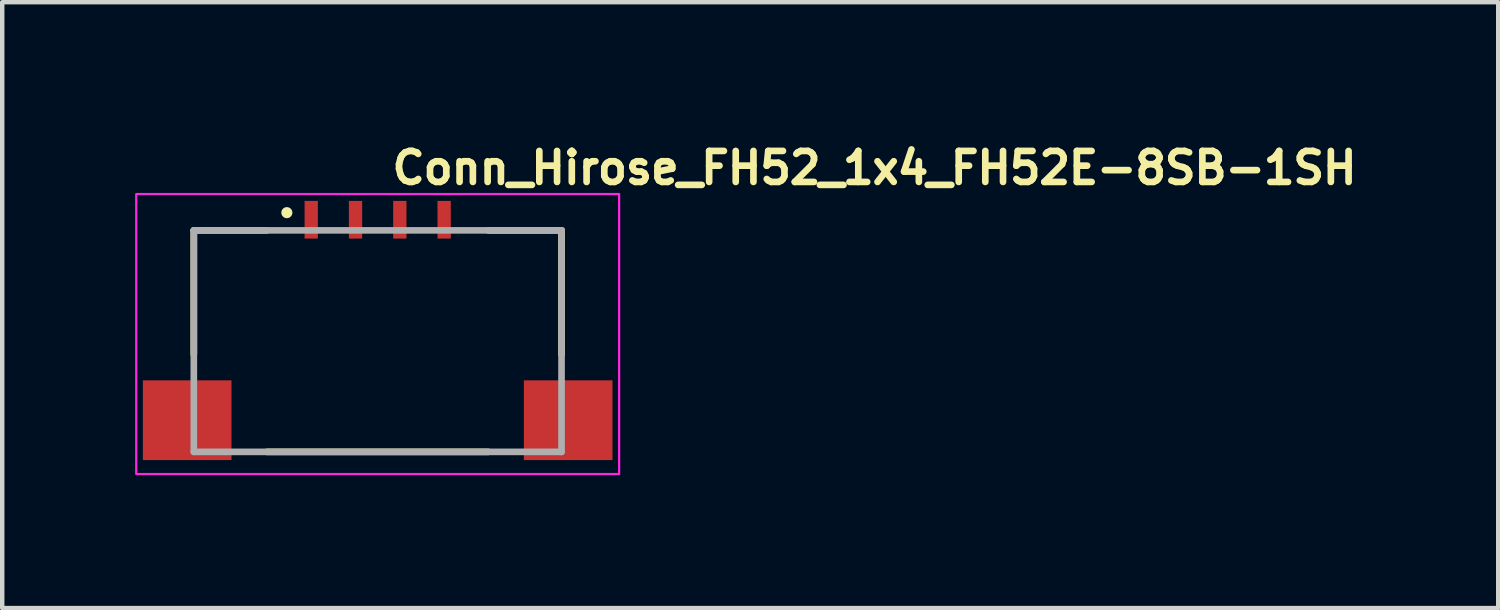
<source format=kicad_pcb>
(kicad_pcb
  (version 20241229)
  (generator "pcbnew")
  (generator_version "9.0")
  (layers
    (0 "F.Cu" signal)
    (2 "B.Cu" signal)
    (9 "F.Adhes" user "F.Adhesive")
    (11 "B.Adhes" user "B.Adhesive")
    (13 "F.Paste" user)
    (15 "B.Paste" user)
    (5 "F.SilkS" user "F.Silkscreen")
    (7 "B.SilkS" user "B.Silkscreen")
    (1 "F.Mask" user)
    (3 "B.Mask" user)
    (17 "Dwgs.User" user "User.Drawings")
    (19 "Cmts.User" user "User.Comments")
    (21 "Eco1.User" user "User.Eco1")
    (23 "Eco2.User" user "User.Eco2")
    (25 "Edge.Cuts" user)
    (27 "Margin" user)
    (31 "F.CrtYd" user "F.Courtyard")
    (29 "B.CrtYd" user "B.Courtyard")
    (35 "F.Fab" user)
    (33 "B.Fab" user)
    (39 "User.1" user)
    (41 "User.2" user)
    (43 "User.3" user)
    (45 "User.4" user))
  (footprint "Conn_Hirose_FH52_1x4_FH52E-8SB-1SH"
    (layer "F.Cu")
    (at 5.725 4.55)
    (property "Reference" "Conn_Hirose_FH52_1x4_FH52E-8SB-1SH" (at 0 -3.4 0) (layer "F.SilkS") (effects (font (size 0.7 0.7) (thickness 0.15)) (justify left bottom)))
    (attr smd)
    (fp_line (start -4.4 -2.4) (end -4.4 0.4) (stroke (width 0.15) (type solid)) (layer "F.SilkS"))
    (fp_line (start -2.75 -2.4) (end -4.4 -2.4) (stroke (width 0.15) (type solid)) (layer "F.SilkS"))
    (fp_line (start -2.75 2.6) (end 2.25 2.6) (stroke (width 0.15) (type solid)) (layer "F.SilkS"))
    (fp_line (start 2.25 -2.4) (end 3.9 -2.4) (stroke (width 0.15) (type solid)) (layer "F.SilkS"))
    (fp_line (start 3.9 -2.4) (end 3.9 0.4) (stroke (width 0.15) (type solid)) (layer "F.SilkS"))
    (fp_circle (center -2.3 -2.8) (end -2.25 -2.8) (stroke (width 0.15) (type solid)) (fill yes) (layer "F.SilkS"))
    (fp_rect (start -5.7 -3.22) (end 5.2 3.1) (stroke (width 0.05) (type solid)) (fill no) (layer "F.CrtYd"))
    (fp_line (start -4.4 -2.4) (end 3.9 -2.4) (stroke (width 0.15) (type solid)) (layer "F.Fab"))
    (fp_line (start -4.4 2.6) (end -4.4 -2.4) (stroke (width 0.15) (type solid)) (layer "F.Fab"))
    (fp_line (start 3.9 -2.4) (end 3.9 2.6) (stroke (width 0.15) (type solid)) (layer "F.Fab"))
    (fp_line (start 3.9 2.6) (end -4.4 2.6) (stroke (width 0.15) (type solid)) (layer "F.Fab"))
    (fp_rect (start -4.55 -2.875) (end 4.55 2.875) (stroke (width 0.1) (type solid)) (fill no) (layer "User.5"))
    (fp_line (start -4.55 2.475) (end -4.55 1.275) (stroke (width 0.02) (type solid)) (layer "User.9"))
    (fp_line (start -4.15 -1.525) (end -4.15 2.625) (stroke (width 0.02) (type solid)) (layer "User.9"))
    (fp_line (start -4.15 1.275) (end -4.55 1.275) (stroke (width 0.02) (type solid)) (layer "User.9"))
    (fp_line (start -4.15 2.475) (end -4.55 2.475) (stroke (width 0.02) (type solid)) (layer "User.9"))
    (fp_line (start -4.15 2.625) (end -3.795 2.625) (stroke (width 0.02) (type solid)) (layer "User.9"))
    (fp_line (start -3.795 -0.635) (end -3.795 2.625) (stroke (width 0.02) (type solid)) (layer "User.9"))
    (fp_line (start -3.795 2.625) (end -3.645 2.625) (stroke (width 0.02) (type solid)) (layer "User.9"))
    (fp_line (start -3.645 -0.635) (end -3.645 2.625) (stroke (width 0.02) (type solid)) (layer "User.9"))
    (fp_line (start -3.645 -0.495) (end -2.855 -0.495) (stroke (width 0.02) (type solid)) (layer "User.9"))
    (fp_line (start -3.585 -0.055) (end -3.585 0.847) (stroke (width 0.02) (type solid)) (layer "User.9"))
    (fp_line (start -3.585 -0.055) (end -2.925 -0.055) (stroke (width 0.02) (type solid)) (layer "User.9"))
    (fp_line (start -3.585 0.847) (end -2.925 0.847) (stroke (width 0.02) (type solid)) (layer "User.9"))
    (fp_line (start -3.585 1.045) (end -3.585 0.847) (stroke (width 0.02) (type solid)) (layer "User.9"))
    (fp_line (start -3.585 1.045) (end 3.585 1.045) (stroke (width 0.02) (type solid)) (layer "User.9"))
    (fp_line (start -3.585 2.625) (end -3.645 2.625) (stroke (width 0.02) (type solid)) (layer "User.9"))
    (fp_line (start -3.585 2.625) (end -3.585 1.045) (stroke (width 0.02) (type solid)) (layer "User.9"))
    (fp_line (start -3.585 2.825) (end -3.585 2.625) (stroke (width 0.02) (type solid)) (layer "User.9"))
    (fp_line (start -3.425 2.825) (end -3.425 2.875) (stroke (width 0.02) (type solid)) (layer "User.9"))
    (fp_line (start -3.275 -0.495) (end -3.275 -0.055) (stroke (width 0.02) (type solid)) (layer "User.9"))
    (fp_line (start -3.275 2.825) (end -3.275 2.875) (stroke (width 0.02) (type solid)) (layer "User.9"))
    (fp_line (start -3.275 2.875) (end -3.425 2.875) (stroke (width 0.02) (type solid)) (layer "User.9"))
    (fp_line (start -3.262 -0.495) (end -3.262 -0.055) (stroke (width 0.02) (type solid)) (layer "User.9"))
    (fp_line (start -2.95 -2.175) (end -2.95 -1.525) (stroke (width 0.02) (type solid)) (layer "User.9"))
    (fp_line (start -2.95 -2.175) (end 2.95 -2.175) (stroke (width 0.02) (type solid)) (layer "User.9"))
    (fp_line (start -2.95 -1.525) (end -4.15 -1.525) (stroke (width 0.02) (type solid)) (layer "User.9"))
    (fp_line (start -2.925 0.795) (end 2.925 0.795) (stroke (width 0.02) (type solid)) (layer "User.9"))
    (fp_line (start -2.925 0.847) (end -2.925 -0.055) (stroke (width 0.02) (type solid)) (layer "User.9"))
    (fp_line (start -2.855 -0.635) (end -3.795 -0.635) (stroke (width 0.02) (type solid)) (layer "User.9"))
    (fp_line (start -2.855 -0.495) (end -2.855 -0.635) (stroke (width 0.02) (type solid)) (layer "User.9"))
    (fp_line (start -2.855 -0.495) (end 2.855 -0.495) (stroke (width 0.02) (type solid)) (layer "User.9"))
    (fp_line (start -2.855 -0.075) (end -2.855 -0.495) (stroke (width 0.02) (type solid)) (layer "User.9"))
    (fp_line (start -2.855 -0.075) (end -2.855 0.075) (stroke (width 0.02) (type solid)) (layer "User.9"))
    (fp_line (start -2.665 0.075) (end -2.855 0.075) (stroke (width 0.02) (type solid)) (layer "User.9"))
    (fp_line (start -2.665 0.075) (end -2.538 -0.075) (stroke (width 0.02) (type solid)) (layer "User.9"))
    (fp_line (start -2.538 -0.075) (end -2.855 -0.075) (stroke (width 0.02) (type solid)) (layer "User.9"))
    (fp_line (start -2.538 -0.075) (end -2.285 -0.375) (stroke (width 0.02) (type solid)) (layer "User.9"))
    (fp_line (start -2.285 -0.475) (end -2.225 -0.475) (stroke (width 0.02) (type solid)) (layer "User.9"))
    (fp_line (start -2.285 -0.375) (end -2.285 -0.495) (stroke (width 0.02) (type solid)) (layer "User.9"))
    (fp_line (start -2.225 -0.495) (end -2.225 0.495) (stroke (width 0.02) (type solid)) (layer "User.9"))
    (fp_line (start -2.225 0.495) (end -2.925 0.495) (stroke (width 0.02) (type solid)) (layer "User.9"))
    (fp_line (start -1.81 -2.875) (end -1.81 -2.575) (stroke (width 0.02) (type solid)) (layer "User.9"))
    (fp_line (start -1.81 -2.525) (end -1.81 -2.575) (stroke (width 0.02) (type solid)) (layer "User.9"))
    (fp_line (start -1.81 -2.525) (end -1.81 -2.325) (stroke (width 0.02) (type solid)) (layer "User.9"))
    (fp_line (start -1.81 -2.225) (end -1.81 -2.325) (stroke (width 0.02) (type solid)) (layer "User.9"))
    (fp_line (start -1.81 -2.175) (end -1.81 -2.225) (stroke (width 0.02) (type solid)) (layer "User.9"))
    (fp_line (start -1.81 -0.495) (end -1.81 0.165) (stroke (width 0.02) (type solid)) (layer "User.9"))
    (fp_line (start -1.81 0.165) (end -1.81 0.305) (stroke (width 0.02) (type solid)) (layer "User.9"))
    (fp_line (start -1.69 -2.875) (end -1.81 -2.875) (stroke (width 0.02) (type solid)) (layer "User.9"))
    (fp_line (start -1.69 -2.575) (end -1.69 -2.875) (stroke (width 0.02) (type solid)) (layer "User.9"))
    (fp_line (start -1.69 -2.525) (end -1.81 -2.525) (stroke (width 0.02) (type solid)) (layer "User.9"))
    (fp_line (start -1.69 -2.525) (end -1.69 -2.575) (stroke (width 0.02) (type solid)) (layer "User.9"))
    (fp_line (start -1.69 -2.325) (end -1.69 -2.525) (stroke (width 0.02) (type solid)) (layer "User.9"))
    (fp_line (start -1.69 -2.225) (end -1.81 -2.225) (stroke (width 0.02) (type solid)) (layer "User.9"))
    (fp_line (start -1.69 -2.225) (end -1.69 -2.325) (stroke (width 0.02) (type solid)) (layer "User.9"))
    (fp_line (start -1.69 -2.175) (end -1.69 -2.225) (stroke (width 0.02) (type solid)) (layer "User.9"))
    (fp_line (start -1.69 0.165) (end -1.81 0.165) (stroke (width 0.02) (type solid)) (layer "User.9"))
    (fp_line (start -1.69 0.165) (end -1.69 -0.495) (stroke (width 0.02) (type solid)) (layer "User.9"))
    (fp_line (start -1.69 0.305) (end -1.81 0.305) (stroke (width 0.02) (type solid)) (layer "User.9"))
    (fp_line (start -1.69 0.305) (end -1.69 0.165) (stroke (width 0.02) (type solid)) (layer "User.9"))
    (fp_line (start -0.81 -2.875) (end -0.81 -2.575) (stroke (width 0.02) (type solid)) (layer "User.9"))
    (fp_line (start -0.81 -2.525) (end -0.81 -2.575) (stroke (width 0.02) (type solid)) (layer "User.9"))
    (fp_line (start -0.81 -2.525) (end -0.81 -2.325) (stroke (width 0.02) (type solid)) (layer "User.9"))
    (fp_line (start -0.81 -2.225) (end -0.81 -2.325) (stroke (width 0.02) (type solid)) (layer "User.9"))
    (fp_line (start -0.81 -2.175) (end -0.81 -2.225) (stroke (width 0.02) (type solid)) (layer "User.9"))
    (fp_line (start -0.81 -0.495) (end -0.81 0.165) (stroke (width 0.02) (type solid)) (layer "User.9"))
    (fp_line (start -0.81 0.165) (end -0.81 0.305) (stroke (width 0.02) (type solid)) (layer "User.9"))
    (fp_line (start -0.69 -2.875) (end -0.81 -2.875) (stroke (width 0.02) (type solid)) (layer "User.9"))
    (fp_line (start -0.69 -2.575) (end -0.69 -2.875) (stroke (width 0.02) (type solid)) (layer "User.9"))
    (fp_line (start -0.69 -2.525) (end -0.81 -2.525) (stroke (width 0.02) (type solid)) (layer "User.9"))
    (fp_line (start -0.69 -2.525) (end -0.69 -2.575) (stroke (width 0.02) (type solid)) (layer "User.9"))
    (fp_line (start -0.69 -2.325) (end -0.69 -2.525) (stroke (width 0.02) (type solid)) (layer "User.9"))
    (fp_line (start -0.69 -2.225) (end -0.81 -2.225) (stroke (width 0.02) (type solid)) (layer "User.9"))
    (fp_line (start -0.69 -2.225) (end -0.69 -2.325) (stroke (width 0.02) (type solid)) (layer "User.9"))
    (fp_line (start -0.69 -2.175) (end -0.69 -2.225) (stroke (width 0.02) (type solid)) (layer "User.9"))
    (fp_line (start -0.69 0.165) (end -0.81 0.165) (stroke (width 0.02) (type solid)) (layer "User.9"))
    (fp_line (start -0.69 0.165) (end -0.69 -0.495) (stroke (width 0.02) (type solid)) (layer "User.9"))
    (fp_line (start -0.69 0.305) (end -0.81 0.305) (stroke (width 0.02) (type solid)) (layer "User.9"))
    (fp_line (start -0.69 0.305) (end -0.69 0.165) (stroke (width 0.02) (type solid)) (layer "User.9"))
    (fp_line (start 0.19 -2.875) (end 0.19 -2.575) (stroke (width 0.02) (type solid)) (layer "User.9"))
    (fp_line (start 0.19 -2.525) (end 0.19 -2.575) (stroke (width 0.02) (type solid)) (layer "User.9"))
    (fp_line (start 0.19 -2.525) (end 0.19 -2.325) (stroke (width 0.02) (type solid)) (layer "User.9"))
    (fp_line (start 0.19 -2.225) (end 0.19 -2.325) (stroke (width 0.02) (type solid)) (layer "User.9"))
    (fp_line (start 0.19 -2.175) (end 0.19 -2.225) (stroke (width 0.02) (type solid)) (layer "User.9"))
    (fp_line (start 0.19 -0.495) (end 0.19 0.165) (stroke (width 0.02) (type solid)) (layer "User.9"))
    (fp_line (start 0.19 0.165) (end 0.19 0.305) (stroke (width 0.02) (type solid)) (layer "User.9"))
    (fp_line (start 0.31 -2.875) (end 0.19 -2.875) (stroke (width 0.02) (type solid)) (layer "User.9"))
    (fp_line (start 0.31 -2.575) (end 0.31 -2.875) (stroke (width 0.02) (type solid)) (layer "User.9"))
    (fp_line (start 0.31 -2.525) (end 0.19 -2.525) (stroke (width 0.02) (type solid)) (layer "User.9"))
    (fp_line (start 0.31 -2.525) (end 0.31 -2.575) (stroke (width 0.02) (type solid)) (layer "User.9"))
    (fp_line (start 0.31 -2.325) (end 0.31 -2.525) (stroke (width 0.02) (type solid)) (layer "User.9"))
    (fp_line (start 0.31 -2.225) (end 0.19 -2.225) (stroke (width 0.02) (type solid)) (layer "User.9"))
    (fp_line (start 0.31 -2.225) (end 0.31 -2.325) (stroke (width 0.02) (type solid)) (layer "User.9"))
    (fp_line (start 0.31 -2.175) (end 0.31 -2.225) (stroke (width 0.02) (type solid)) (layer "User.9"))
    (fp_line (start 0.31 0.165) (end 0.19 0.165) (stroke (width 0.02) (type solid)) (layer "User.9"))
    (fp_line (start 0.31 0.165) (end 0.31 -0.495) (stroke (width 0.02) (type solid)) (layer "User.9"))
    (fp_line (start 0.31 0.305) (end 0.19 0.305) (stroke (width 0.02) (type solid)) (layer "User.9"))
    (fp_line (start 0.31 0.305) (end 0.31 0.165) (stroke (width 0.02) (type solid)) (layer "User.9"))
    (fp_line (start 1.19 -2.875) (end 1.19 -2.575) (stroke (width 0.02) (type solid)) (layer "User.9"))
    (fp_line (start 1.19 -2.525) (end 1.19 -2.575) (stroke (width 0.02) (type solid)) (layer "User.9"))
    (fp_line (start 1.19 -2.525) (end 1.19 -2.325) (stroke (width 0.02) (type solid)) (layer "User.9"))
    (fp_line (start 1.19 -2.225) (end 1.19 -2.325) (stroke (width 0.02) (type solid)) (layer "User.9"))
    (fp_line (start 1.19 -2.175) (end 1.19 -2.225) (stroke (width 0.02) (type solid)) (layer "User.9"))
    (fp_line (start 1.19 -0.495) (end 1.19 0.165) (stroke (width 0.02) (type solid)) (layer "User.9"))
    (fp_line (start 1.19 0.165) (end 1.19 0.305) (stroke (width 0.02) (type solid)) (layer "User.9"))
    (fp_line (start 1.31 -2.875) (end 1.19 -2.875) (stroke (width 0.02) (type solid)) (layer "User.9"))
    (fp_line (start 1.31 -2.575) (end 1.31 -2.875) (stroke (width 0.02) (type solid)) (layer "User.9"))
    (fp_line (start 1.31 -2.525) (end 1.19 -2.525) (stroke (width 0.02) (type solid)) (layer "User.9"))
    (fp_line (start 1.31 -2.525) (end 1.31 -2.575) (stroke (width 0.02) (type solid)) (layer "User.9"))
    (fp_line (start 1.31 -2.325) (end 1.31 -2.525) (stroke (width 0.02) (type solid)) (layer "User.9"))
    (fp_line (start 1.31 -2.225) (end 1.19 -2.225) (stroke (width 0.02) (type solid)) (layer "User.9"))
    (fp_line (start 1.31 -2.225) (end 1.31 -2.325) (stroke (width 0.02) (type solid)) (layer "User.9"))
    (fp_line (start 1.31 -2.175) (end 1.31 -2.225) (stroke (width 0.02) (type solid)) (layer "User.9"))
    (fp_line (start 1.31 0.165) (end 1.19 0.165) (stroke (width 0.02) (type solid)) (layer "User.9"))
    (fp_line (start 1.31 0.165) (end 1.31 -0.495) (stroke (width 0.02) (type solid)) (layer "User.9"))
    (fp_line (start 1.31 0.305) (end 1.19 0.305) (stroke (width 0.02) (type solid)) (layer "User.9"))
    (fp_line (start 1.31 0.305) (end 1.31 0.165) (stroke (width 0.02) (type solid)) (layer "User.9"))
    (fp_line (start 2.225 -0.495) (end 2.225 0.495) (stroke (width 0.02) (type solid)) (layer "User.9"))
    (fp_line (start 2.225 -0.475) (end 2.285 -0.475) (stroke (width 0.02) (type solid)) (layer "User.9"))
    (fp_line (start 2.225 0.495) (end 2.925 0.495) (stroke (width 0.02) (type solid)) (layer "User.9"))
    (fp_line (start 2.285 -0.375) (end 2.285 -0.495) (stroke (width 0.02) (type solid)) (layer "User.9"))
    (fp_line (start 2.538 -0.075) (end 2.285 -0.375) (stroke (width 0.02) (type solid)) (layer "User.9"))
    (fp_line (start 2.538 -0.075) (end 2.855 -0.075) (stroke (width 0.02) (type solid)) (layer "User.9"))
    (fp_line (start 2.665 0.075) (end 2.538 -0.075) (stroke (width 0.02) (type solid)) (layer "User.9"))
    (fp_line (start 2.665 0.075) (end 2.855 0.075) (stroke (width 0.02) (type solid)) (layer "User.9"))
    (fp_line (start 2.855 -0.635) (end 3.795 -0.635) (stroke (width 0.02) (type solid)) (layer "User.9"))
    (fp_line (start 2.855 -0.495) (end 2.855 -0.635) (stroke (width 0.02) (type solid)) (layer "User.9"))
    (fp_line (start 2.855 -0.075) (end 2.855 -0.495) (stroke (width 0.02) (type solid)) (layer "User.9"))
    (fp_line (start 2.855 -0.075) (end 2.855 0.075) (stroke (width 0.02) (type solid)) (layer "User.9"))
    (fp_line (start 2.925 0.847) (end 2.925 -0.055) (stroke (width 0.02) (type solid)) (layer "User.9"))
    (fp_line (start 2.95 -2.175) (end 2.95 -1.525) (stroke (width 0.02) (type solid)) (layer "User.9"))
    (fp_line (start 2.95 -1.525) (end 4.15 -1.525) (stroke (width 0.02) (type solid)) (layer "User.9"))
    (fp_line (start 3.262 -0.495) (end 3.262 -0.055) (stroke (width 0.02) (type solid)) (layer "User.9"))
    (fp_line (start 3.275 -0.495) (end 3.275 -0.055) (stroke (width 0.02) (type solid)) (layer "User.9"))
    (fp_line (start 3.275 2.825) (end 3.275 2.875) (stroke (width 0.02) (type solid)) (layer "User.9"))
    (fp_line (start 3.425 2.825) (end 3.425 2.875) (stroke (width 0.02) (type solid)) (layer "User.9"))
    (fp_line (start 3.425 2.875) (end 3.275 2.875) (stroke (width 0.02) (type solid)) (layer "User.9"))
    (fp_line (start 3.585 -0.055) (end 2.925 -0.055) (stroke (width 0.02) (type solid)) (layer "User.9"))
    (fp_line (start 3.585 -0.055) (end 3.585 0.847) (stroke (width 0.02) (type solid)) (layer "User.9"))
    (fp_line (start 3.585 0.847) (end 2.925 0.847) (stroke (width 0.02) (type solid)) (layer "User.9"))
    (fp_line (start 3.585 1.045) (end 3.585 0.847) (stroke (width 0.02) (type solid)) (layer "User.9"))
    (fp_line (start 3.585 2.625) (end 3.585 1.045) (stroke (width 0.02) (type solid)) (layer "User.9"))
    (fp_line (start 3.585 2.625) (end 3.645 2.625) (stroke (width 0.02) (type solid)) (layer "User.9"))
    (fp_line (start 3.585 2.825) (end -3.585 2.825) (stroke (width 0.02) (type solid)) (layer "User.9"))
    (fp_line (start 3.585 2.825) (end 3.585 2.625) (stroke (width 0.02) (type solid)) (layer "User.9"))
    (fp_line (start 3.645 -0.635) (end 3.645 2.625) (stroke (width 0.02) (type solid)) (layer "User.9"))
    (fp_line (start 3.645 -0.495) (end 2.855 -0.495) (stroke (width 0.02) (type solid)) (layer "User.9"))
    (fp_line (start 3.795 -0.635) (end 3.795 2.625) (stroke (width 0.02) (type solid)) (layer "User.9"))
    (fp_line (start 3.795 2.625) (end 3.645 2.625) (stroke (width 0.02) (type solid)) (layer "User.9"))
    (fp_line (start 4.15 -1.525) (end 4.15 2.625) (stroke (width 0.02) (type solid)) (layer "User.9"))
    (fp_line (start 4.15 1.275) (end 4.55 1.275) (stroke (width 0.02) (type solid)) (layer "User.9"))
    (fp_line (start 4.15 2.475) (end 4.55 2.475) (stroke (width 0.02) (type solid)) (layer "User.9"))
    (fp_line (start 4.15 2.625) (end 3.795 2.625) (stroke (width 0.02) (type solid)) (layer "User.9"))
    (fp_line (start 4.55 2.475) (end 4.55 1.275) (stroke (width 0.02) (type solid)) (layer "User.9"))
    (pad "1" smd rect (at -1.75 -2.64) (size 0.3 0.85) (layers "F.Cu" "F.Mask" "F.Paste"))
    (pad "2" smd rect (at -0.75 -2.64) (size 0.3 0.85) (layers "F.Cu" "F.Mask" "F.Paste"))
    (pad "3" smd rect (at 0.25 -2.64) (size 0.3 0.85) (layers "F.Cu" "F.Mask" "F.Paste"))
    (pad "4" smd rect (at 1.25 -2.64) (size 0.3 0.85) (layers "F.Cu" "F.Mask" "F.Paste"))
    (pad "MP" smd rect (at -4.55 1.885 90) (size 1.8 2) (layers "F.Cu" "F.Mask" "F.Paste"))
    (pad "MP" smd rect (at 4.05 1.885 90) (size 1.8 2) (layers "F.Cu" "F.Mask" "F.Paste")))
  (gr_rect
    (start -3 -3)
    (end 30.768 10.675)
    (stroke (width 0.1) (type default))
    (fill no)
    (layer "Edge.Cuts")))
</source>
